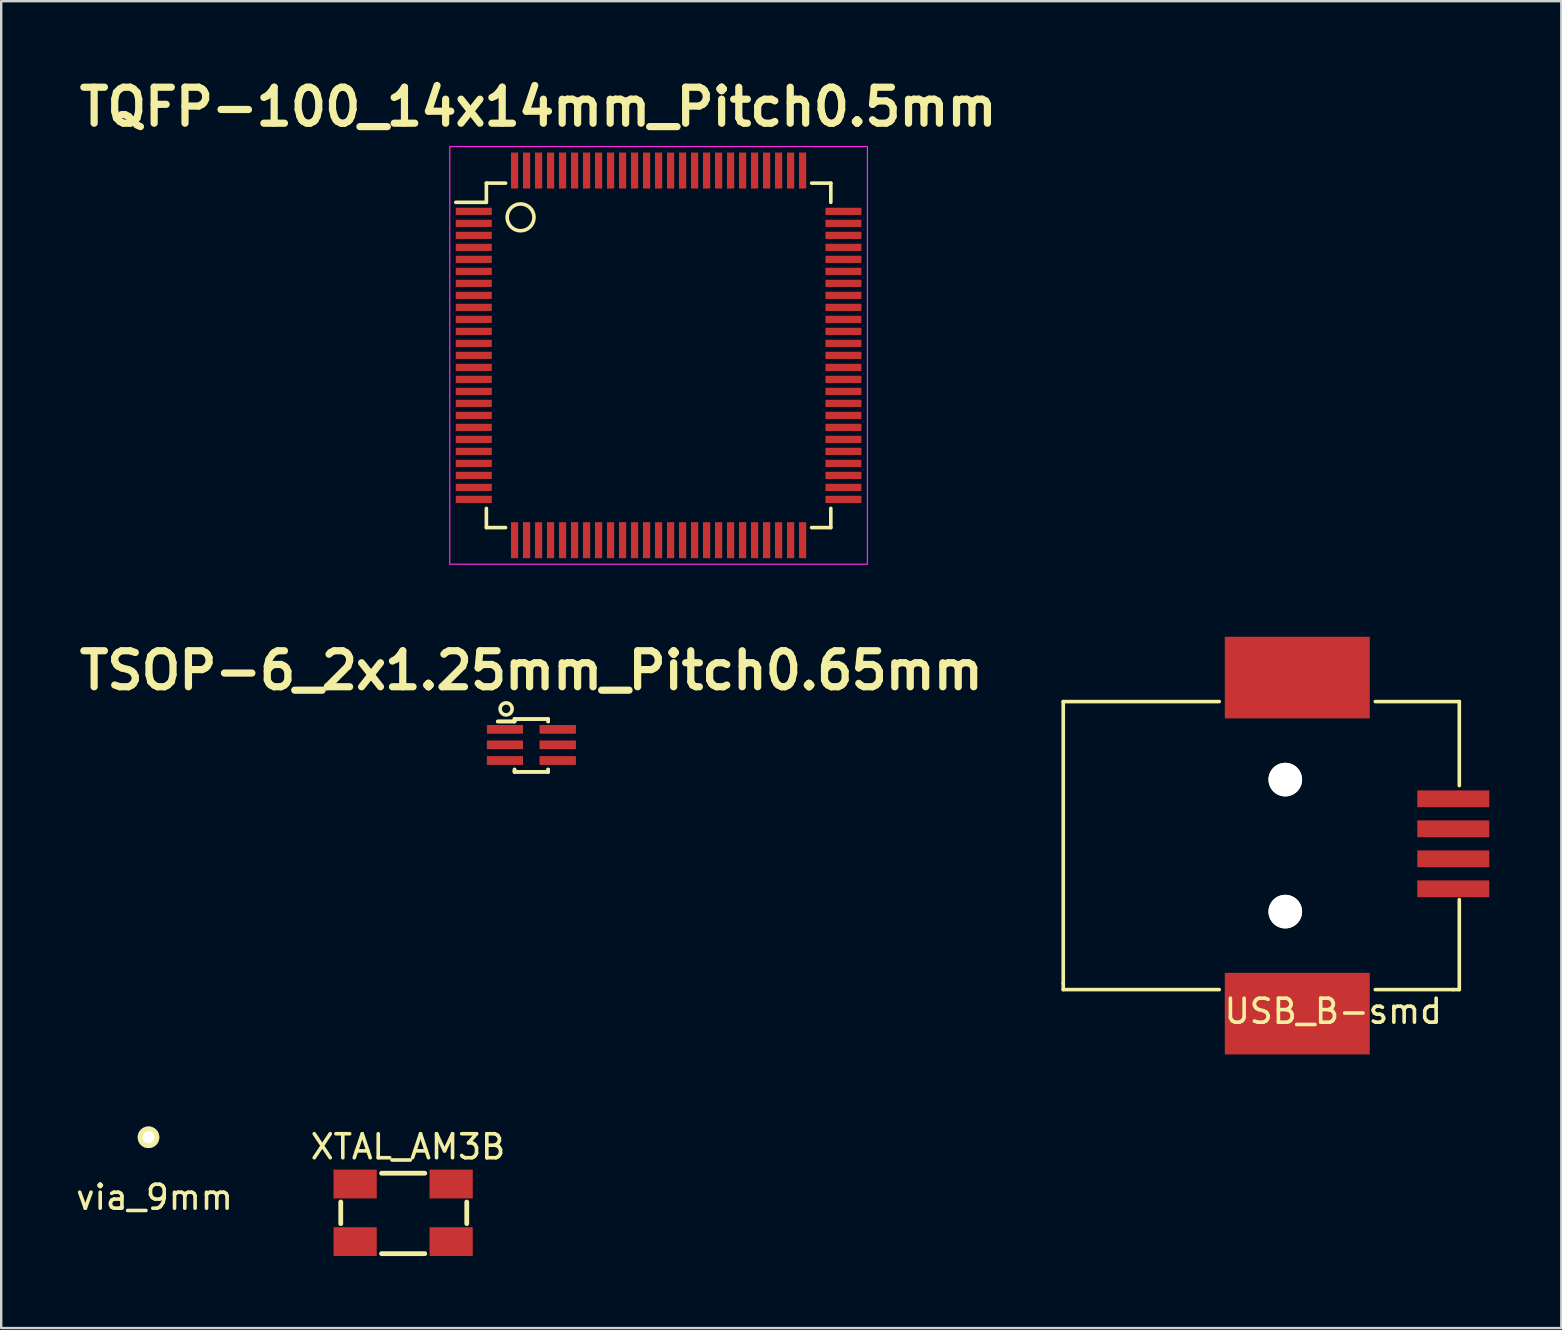
<source format=kicad_pcb>
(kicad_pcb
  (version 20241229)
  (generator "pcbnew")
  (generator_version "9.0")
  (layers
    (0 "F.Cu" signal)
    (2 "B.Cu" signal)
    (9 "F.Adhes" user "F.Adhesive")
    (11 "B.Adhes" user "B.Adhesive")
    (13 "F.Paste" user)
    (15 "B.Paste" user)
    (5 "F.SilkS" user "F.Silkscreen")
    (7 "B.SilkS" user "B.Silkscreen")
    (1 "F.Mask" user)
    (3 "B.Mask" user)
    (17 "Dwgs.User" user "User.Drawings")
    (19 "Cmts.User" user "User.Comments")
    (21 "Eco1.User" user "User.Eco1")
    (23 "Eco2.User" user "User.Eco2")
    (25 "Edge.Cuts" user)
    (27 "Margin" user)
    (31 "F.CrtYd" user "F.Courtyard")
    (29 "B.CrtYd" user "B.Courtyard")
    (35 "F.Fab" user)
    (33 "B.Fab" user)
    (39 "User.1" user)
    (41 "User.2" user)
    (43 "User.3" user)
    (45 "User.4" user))
  (footprint "XTAL_AM3B"
    (layer "F.Cu")
    (at 13.746 47.478)
    (property "Reference" "XTAL_AM3B" (at 0.2 -2.75 0) (layer "F.SilkS") (effects (font (size 1 1) (thickness 0.15))))
    (attr through_hole)
    (fp_line (start -2.6 0.45) (end -2.6 -0.45) (stroke (width 0.2) (type solid)) (layer "F.SilkS"))
    (fp_line (start -0.9 -1.65) (end 0.9 -1.65) (stroke (width 0.2) (type solid)) (layer "F.SilkS"))
    (fp_line (start -0.9 1.7) (end 0.9 1.7) (stroke (width 0.2) (type solid)) (layer "F.SilkS"))
    (fp_line (start 2.65 0.45) (end 2.65 -0.45) (stroke (width 0.2) (type solid)) (layer "F.SilkS"))
    (pad "1" smd rect (at 2 -1.2) (size 1.8 1.2) (layers "F.Cu" "F.Mask" "F.Paste"))
    (pad "2" smd rect (at -2 -1.2) (size 1.8 1.2) (layers "F.Cu" "F.Mask" "F.Paste"))
    (pad "3" smd rect (at -2 1.2) (size 1.8 1.2) (layers "F.Cu" "F.Mask" "F.Paste"))
    (pad "4" smd rect (at 2 1.2) (size 1.8 1.2) (layers "F.Cu" "F.Mask" "F.Paste")))
  (footprint "TSOP-6_2x1.25mm_Pitch0.65mm"
    (layer "F.Cu")
    (at 19.086 27.983)
    (property "Reference" "TSOP-6_2x1.25mm_Pitch0.65mm" (at 0 -3.1 0) (layer "F.SilkS") (effects (font (size 1.5 1.5) (thickness 0.3))))
    (attr smd)
    (fp_line (start -0.7 -1.075) (end -0.7 -0.975) (stroke (width 0.15) (type solid)) (layer "F.SilkS"))
    (fp_line (start -0.7 -1.075) (end -0.7 -0.975) (stroke (width 0.15) (type solid)) (layer "F.SilkS"))
    (fp_line (start -0.7 -1.075) (end 0.7 -1.075) (stroke (width 0.15) (type solid)) (layer "F.SilkS"))
    (fp_line (start -0.7 -1.075) (end 0.7 -1.075) (stroke (width 0.15) (type solid)) (layer "F.SilkS"))
    (fp_line (start -0.7 -0.975) (end -1.4 -0.975) (stroke (width 0.15) (type solid)) (layer "F.SilkS"))
    (fp_line (start -0.7 -0.975) (end -1.4 -0.975) (stroke (width 0.15) (type solid)) (layer "F.SilkS"))
    (fp_line (start -0.7 1.125) (end -0.7 1.025) (stroke (width 0.15) (type solid)) (layer "F.SilkS"))
    (fp_line (start -0.7 1.125) (end -0.7 1.025) (stroke (width 0.15) (type solid)) (layer "F.SilkS"))
    (fp_line (start -0.7 1.125) (end 0.7 1.125) (stroke (width 0.15) (type solid)) (layer "F.SilkS"))
    (fp_line (start -0.7 1.125) (end 0.7 1.125) (stroke (width 0.15) (type solid)) (layer "F.SilkS"))
    (fp_line (start 0.7 -1.075) (end 0.7 -0.975) (stroke (width 0.15) (type solid)) (layer "F.SilkS"))
    (fp_line (start 0.7 -1.075) (end 0.7 -0.975) (stroke (width 0.15) (type solid)) (layer "F.SilkS"))
    (fp_line (start 0.7 1.125) (end 0.7 1.025) (stroke (width 0.15) (type solid)) (layer "F.SilkS"))
    (fp_line (start 0.7 1.125) (end 0.7 1.025) (stroke (width 0.15) (type solid)) (layer "F.SilkS"))
    (fp_circle (center -1.05 -1.5) (end -1.05 -1.25) (stroke (width 0.15) (type solid)) (fill no) (layer "F.SilkS"))
    (pad "1" smd rect (at -1.1 -0.65) (size 1.5 0.35) (layers "F.Cu" "F.Mask" "F.Paste"))
    (pad "1" smd rect (at -1.1 -0.65) (size 1.5 0.35) (layers "F.Cu" "F.Mask" "F.Paste"))
    (pad "2" smd rect (at -1.1 0) (size 1.5 0.35) (layers "F.Cu" "F.Mask" "F.Paste"))
    (pad "2" smd rect (at -1.1 0) (size 1.5 0.35) (layers "F.Cu" "F.Mask" "F.Paste"))
    (pad "3" smd rect (at -1.1 0.65) (size 1.5 0.35) (layers "F.Cu" "F.Mask" "F.Paste"))
    (pad "3" smd rect (at -1.1 0.65) (size 1.5 0.35) (layers "F.Cu" "F.Mask" "F.Paste"))
    (pad "4" smd rect (at 1.1 0.65) (size 1.5 0.35) (layers "F.Cu" "F.Mask" "F.Paste"))
    (pad "4" smd rect (at 1.1 0.65) (size 1.5 0.35) (layers "F.Cu" "F.Mask" "F.Paste"))
    (pad "5" smd rect (at 1.1 0) (size 1.5 0.35) (layers "F.Cu" "F.Mask" "F.Paste"))
    (pad "5" smd rect (at 1.1 0) (size 1.5 0.35) (layers "F.Cu" "F.Mask" "F.Paste"))
    (pad "6" smd rect (at 1.1 -0.65) (size 1.5 0.35) (layers "F.Cu" "F.Mask" "F.Paste"))
    (pad "6" smd rect (at 1.1 -0.65) (size 1.5 0.35) (layers "F.Cu" "F.Mask" "F.Paste")))
  (footprint "USB_B-smd"
    (layer "F.Cu")
    (at 52.496 32.179)
    (property "Reference" "USB_B-smd" (at 0 6.901 0) (layer "F.SilkS") (effects (font (size 1 1) (thickness 0.15))))
    (attr smd)
    (fp_line (start -11.25 -6) (end -11.25 5.75) (stroke (width 0.15) (type solid)) (layer "F.SilkS"))
    (fp_line (start -11.25 5.75) (end -11.25 6) (stroke (width 0.15) (type solid)) (layer "F.SilkS"))
    (fp_line (start -11.25 6) (end -4.75 6) (stroke (width 0.15) (type solid)) (layer "F.SilkS"))
    (fp_line (start -4.75 -6) (end -11.25 -6) (stroke (width 0.15) (type solid)) (layer "F.SilkS"))
    (fp_line (start 1.75 6) (end 5 6) (stroke (width 0.15) (type solid)) (layer "F.SilkS"))
    (fp_line (start 5 6) (end 5.25 6) (stroke (width 0.15) (type solid)) (layer "F.SilkS"))
    (fp_line (start 5.25 -6) (end 1.75 -6) (stroke (width 0.15) (type solid)) (layer "F.SilkS"))
    (fp_line (start 5.25 -2.5) (end 5.25 -6) (stroke (width 0.15) (type solid)) (layer "F.SilkS"))
    (fp_line (start 5.25 6) (end 5.25 2.25) (stroke (width 0.15) (type solid)) (layer "F.SilkS"))
    (pad "" np_thru_hole circle (at -2 -2.75) (size 1.4 1.4) (drill 1.4) (layers "*.Cu" "*.Mask" "F.SilkS"))
    (pad "" np_thru_hole circle (at -2 2.75) (size 1.4 1.4) (drill 1.4) (layers "*.Cu" "*.Mask" "F.SilkS"))
    (pad "1" smd rect (at 5 1.8) (size 3 0.7) (layers "F.Cu" "F.Mask" "F.Paste"))
    (pad "2" smd rect (at 5 -0.7) (size 3 0.7) (layers "F.Cu" "F.Mask" "F.Paste"))
    (pad "3" smd rect (at 5 -1.95) (size 3 0.7) (layers "F.Cu" "F.Mask" "F.Paste"))
    (pad "4" smd rect (at 5 0.55) (size 3 0.7) (layers "F.Cu" "F.Mask" "F.Paste"))
    (pad "5" smd rect (at -1.5 -7) (size 6.04 3.4) (layers "F.Cu" "F.Mask" "F.Paste"))
    (pad "5" smd rect (at -1.5 7) (size 6.04 3.4) (layers "F.Cu" "F.Mask" "F.Paste")))
  (footprint "via_9mm"
    (layer "F.Cu")
    (at 3.137 44.33)
    (property "Reference" "via_9mm" (at 0.25 2.5 0) (layer "F.SilkS") (effects (font (size 1 1) (thickness 0.15))))
    (attr through_hole)
    (pad "1" thru_hole circle (at 0 0) (size 0.9 0.9) (drill 0.5) (layers "*.Cu" "*.Mask" "F.SilkS")))
  (footprint "TQFP-100_14x14mm_Pitch0.5mm"
    (layer "F.Cu")
    (at 24.388 11.755)
    (property "Reference" "TQFP-100_14x14mm_Pitch0.5mm" (at -5.016 -10.351 0) (layer "F.SilkS") (effects (font (size 1.5 1.5) (thickness 0.3))))
    (attr smd)
    (fp_line (start -7.175 -7.175) (end -7.175 -6.375) (stroke (width 0.15) (type solid)) (layer "F.SilkS"))
    (fp_line (start -7.175 -7.175) (end -6.375 -7.175) (stroke (width 0.15) (type solid)) (layer "F.SilkS"))
    (fp_line (start -7.175 -6.375) (end -8.45 -6.375) (stroke (width 0.15) (type solid)) (layer "F.SilkS"))
    (fp_line (start -7.175 7.175) (end -7.175 6.375) (stroke (width 0.15) (type solid)) (layer "F.SilkS"))
    (fp_line (start -7.175 7.175) (end -6.375 7.175) (stroke (width 0.15) (type solid)) (layer "F.SilkS"))
    (fp_line (start 7.175 -7.175) (end 6.375 -7.175) (stroke (width 0.15) (type solid)) (layer "F.SilkS"))
    (fp_line (start 7.175 -7.175) (end 7.175 -6.375) (stroke (width 0.15) (type solid)) (layer "F.SilkS"))
    (fp_line (start 7.175 7.175) (end 6.375 7.175) (stroke (width 0.15) (type solid)) (layer "F.SilkS"))
    (fp_line (start 7.175 7.175) (end 7.175 6.375) (stroke (width 0.15) (type solid)) (layer "F.SilkS"))
    (fp_circle (center -5.75 -5.75) (end -5.5 -5.25) (stroke (width 0.15) (type solid)) (fill no) (layer "F.SilkS"))
    (fp_line (start -8.7 -8.7) (end -8.7 8.7) (stroke (width 0.05) (type solid)) (layer "F.CrtYd"))
    (fp_line (start -8.7 -8.7) (end 8.7 -8.7) (stroke (width 0.05) (type solid)) (layer "F.CrtYd"))
    (fp_line (start -8.7 8.7) (end 8.7 8.7) (stroke (width 0.05) (type solid)) (layer "F.CrtYd"))
    (fp_line (start 8.7 -8.7) (end 8.7 8.7) (stroke (width 0.05) (type solid)) (layer "F.CrtYd"))
    (pad "1" smd rect (at -7.7 -6) (size 1.5 0.3) (layers "F.Cu" "F.Mask" "F.Paste"))
    (pad "2" smd rect (at -7.7 -5.5) (size 1.5 0.3) (layers "F.Cu" "F.Mask" "F.Paste"))
    (pad "3" smd rect (at -7.7 -5) (size 1.5 0.3) (layers "F.Cu" "F.Mask" "F.Paste"))
    (pad "4" smd rect (at -7.7 -4.5) (size 1.5 0.3) (layers "F.Cu" "F.Mask" "F.Paste"))
    (pad "5" smd rect (at -7.7 -4) (size 1.5 0.3) (layers "F.Cu" "F.Mask" "F.Paste"))
    (pad "6" smd rect (at -7.7 -3.5) (size 1.5 0.3) (layers "F.Cu" "F.Mask" "F.Paste"))
    (pad "7" smd rect (at -7.7 -3) (size 1.5 0.3) (layers "F.Cu" "F.Mask" "F.Paste"))
    (pad "8" smd rect (at -7.7 -2.5) (size 1.5 0.3) (layers "F.Cu" "F.Mask" "F.Paste"))
    (pad "9" smd rect (at -7.7 -2) (size 1.5 0.3) (layers "F.Cu" "F.Mask" "F.Paste"))
    (pad "10" smd rect (at -7.7 -1.5) (size 1.5 0.3) (layers "F.Cu" "F.Mask" "F.Paste"))
    (pad "11" smd rect (at -7.7 -1) (size 1.5 0.3) (layers "F.Cu" "F.Mask" "F.Paste"))
    (pad "12" smd rect (at -7.7 -0.5) (size 1.5 0.3) (layers "F.Cu" "F.Mask" "F.Paste"))
    (pad "13" smd rect (at -7.7 0) (size 1.5 0.3) (layers "F.Cu" "F.Mask" "F.Paste"))
    (pad "14" smd rect (at -7.7 0.5) (size 1.5 0.3) (layers "F.Cu" "F.Mask" "F.Paste"))
    (pad "15" smd rect (at -7.7 1) (size 1.5 0.3) (layers "F.Cu" "F.Mask" "F.Paste"))
    (pad "16" smd rect (at -7.7 1.5) (size 1.5 0.3) (layers "F.Cu" "F.Mask" "F.Paste"))
    (pad "17" smd rect (at -7.7 2) (size 1.5 0.3) (layers "F.Cu" "F.Mask" "F.Paste"))
    (pad "18" smd rect (at -7.7 2.5) (size 1.5 0.3) (layers "F.Cu" "F.Mask" "F.Paste"))
    (pad "19" smd rect (at -7.7 3) (size 1.5 0.3) (layers "F.Cu" "F.Mask" "F.Paste"))
    (pad "20" smd rect (at -7.7 3.5) (size 1.5 0.3) (layers "F.Cu" "F.Mask" "F.Paste"))
    (pad "21" smd rect (at -7.7 4) (size 1.5 0.3) (layers "F.Cu" "F.Mask" "F.Paste"))
    (pad "22" smd rect (at -7.7 4.5) (size 1.5 0.3) (layers "F.Cu" "F.Mask" "F.Paste"))
    (pad "23" smd rect (at -7.7 5) (size 1.5 0.3) (layers "F.Cu" "F.Mask" "F.Paste"))
    (pad "24" smd rect (at -7.7 5.5) (size 1.5 0.3) (layers "F.Cu" "F.Mask" "F.Paste"))
    (pad "25" smd rect (at -7.7 6) (size 1.5 0.3) (layers "F.Cu" "F.Mask" "F.Paste"))
    (pad "26" smd rect (at -6 7.7 90) (size 1.5 0.3) (layers "F.Cu" "F.Mask" "F.Paste"))
    (pad "27" smd rect (at -5.5 7.7 90) (size 1.5 0.3) (layers "F.Cu" "F.Mask" "F.Paste"))
    (pad "28" smd rect (at -5 7.7 90) (size 1.5 0.3) (layers "F.Cu" "F.Mask" "F.Paste"))
    (pad "29" smd rect (at -4.5 7.7 90) (size 1.5 0.3) (layers "F.Cu" "F.Mask" "F.Paste"))
    (pad "30" smd rect (at -4 7.7 90) (size 1.5 0.3) (layers "F.Cu" "F.Mask" "F.Paste"))
    (pad "31" smd rect (at -3.5 7.7 90) (size 1.5 0.3) (layers "F.Cu" "F.Mask" "F.Paste"))
    (pad "32" smd rect (at -3 7.7 90) (size 1.5 0.3) (layers "F.Cu" "F.Mask" "F.Paste"))
    (pad "33" smd rect (at -2.5 7.7 90) (size 1.5 0.3) (layers "F.Cu" "F.Mask" "F.Paste"))
    (pad "34" smd rect (at -2 7.7 90) (size 1.5 0.3) (layers "F.Cu" "F.Mask" "F.Paste"))
    (pad "35" smd rect (at -1.5 7.7 90) (size 1.5 0.3) (layers "F.Cu" "F.Mask" "F.Paste"))
    (pad "36" smd rect (at -1 7.7 90) (size 1.5 0.3) (layers "F.Cu" "F.Mask" "F.Paste"))
    (pad "37" smd rect (at -0.5 7.7 90) (size 1.5 0.3) (layers "F.Cu" "F.Mask" "F.Paste"))
    (pad "38" smd rect (at 0 7.7 90) (size 1.5 0.3) (layers "F.Cu" "F.Mask" "F.Paste"))
    (pad "39" smd rect (at 0.5 7.7 90) (size 1.5 0.3) (layers "F.Cu" "F.Mask" "F.Paste"))
    (pad "40" smd rect (at 1 7.7 90) (size 1.5 0.3) (layers "F.Cu" "F.Mask" "F.Paste"))
    (pad "41" smd rect (at 1.5 7.7 90) (size 1.5 0.3) (layers "F.Cu" "F.Mask" "F.Paste"))
    (pad "42" smd rect (at 2 7.7 90) (size 1.5 0.3) (layers "F.Cu" "F.Mask" "F.Paste"))
    (pad "43" smd rect (at 2.5 7.7 90) (size 1.5 0.3) (layers "F.Cu" "F.Mask" "F.Paste"))
    (pad "44" smd rect (at 3 7.7 90) (size 1.5 0.3) (layers "F.Cu" "F.Mask" "F.Paste"))
    (pad "45" smd rect (at 3.5 7.7 90) (size 1.5 0.3) (layers "F.Cu" "F.Mask" "F.Paste"))
    (pad "46" smd rect (at 4 7.7 90) (size 1.5 0.3) (layers "F.Cu" "F.Mask" "F.Paste"))
    (pad "47" smd rect (at 4.5 7.7 90) (size 1.5 0.3) (layers "F.Cu" "F.Mask" "F.Paste"))
    (pad "48" smd rect (at 5 7.7 90) (size 1.5 0.3) (layers "F.Cu" "F.Mask" "F.Paste"))
    (pad "49" smd rect (at 5.5 7.7 90) (size 1.5 0.3) (layers "F.Cu" "F.Mask" "F.Paste"))
    (pad "50" smd rect (at 6 7.7 90) (size 1.5 0.3) (layers "F.Cu" "F.Mask" "F.Paste"))
    (pad "51" smd rect (at 7.7 6) (size 1.5 0.3) (layers "F.Cu" "F.Mask" "F.Paste"))
    (pad "52" smd rect (at 7.7 5.5) (size 1.5 0.3) (layers "F.Cu" "F.Mask" "F.Paste"))
    (pad "53" smd rect (at 7.7 5) (size 1.5 0.3) (layers "F.Cu" "F.Mask" "F.Paste"))
    (pad "54" smd rect (at 7.7 4.5) (size 1.5 0.3) (layers "F.Cu" "F.Mask" "F.Paste"))
    (pad "55" smd rect (at 7.7 4) (size 1.5 0.3) (layers "F.Cu" "F.Mask" "F.Paste"))
    (pad "56" smd rect (at 7.7 3.5) (size 1.5 0.3) (layers "F.Cu" "F.Mask" "F.Paste"))
    (pad "57" smd rect (at 7.7 3) (size 1.5 0.3) (layers "F.Cu" "F.Mask" "F.Paste"))
    (pad "58" smd rect (at 7.7 2.5) (size 1.5 0.3) (layers "F.Cu" "F.Mask" "F.Paste"))
    (pad "59" smd rect (at 7.7 2) (size 1.5 0.3) (layers "F.Cu" "F.Mask" "F.Paste"))
    (pad "60" smd rect (at 7.7 1.5) (size 1.5 0.3) (layers "F.Cu" "F.Mask" "F.Paste"))
    (pad "61" smd rect (at 7.7 1) (size 1.5 0.3) (layers "F.Cu" "F.Mask" "F.Paste"))
    (pad "62" smd rect (at 7.7 0.5) (size 1.5 0.3) (layers "F.Cu" "F.Mask" "F.Paste"))
    (pad "63" smd rect (at 7.7 0) (size 1.5 0.3) (layers "F.Cu" "F.Mask" "F.Paste"))
    (pad "64" smd rect (at 7.7 -0.5) (size 1.5 0.3) (layers "F.Cu" "F.Mask" "F.Paste"))
    (pad "65" smd rect (at 7.7 -1) (size 1.5 0.3) (layers "F.Cu" "F.Mask" "F.Paste"))
    (pad "66" smd rect (at 7.7 -1.5) (size 1.5 0.3) (layers "F.Cu" "F.Mask" "F.Paste"))
    (pad "67" smd rect (at 7.7 -2) (size 1.5 0.3) (layers "F.Cu" "F.Mask" "F.Paste"))
    (pad "68" smd rect (at 7.7 -2.5) (size 1.5 0.3) (layers "F.Cu" "F.Mask" "F.Paste"))
    (pad "69" smd rect (at 7.7 -3) (size 1.5 0.3) (layers "F.Cu" "F.Mask" "F.Paste"))
    (pad "70" smd rect (at 7.7 -3.5) (size 1.5 0.3) (layers "F.Cu" "F.Mask" "F.Paste"))
    (pad "71" smd rect (at 7.7 -4) (size 1.5 0.3) (layers "F.Cu" "F.Mask" "F.Paste"))
    (pad "72" smd rect (at 7.7 -4.5) (size 1.5 0.3) (layers "F.Cu" "F.Mask" "F.Paste"))
    (pad "73" smd rect (at 7.7 -5) (size 1.5 0.3) (layers "F.Cu" "F.Mask" "F.Paste"))
    (pad "74" smd rect (at 7.7 -5.5) (size 1.5 0.3) (layers "F.Cu" "F.Mask" "F.Paste"))
    (pad "75" smd rect (at 7.7 -6) (size 1.5 0.3) (layers "F.Cu" "F.Mask" "F.Paste"))
    (pad "76" smd rect (at 6 -7.7 90) (size 1.5 0.3) (layers "F.Cu" "F.Mask" "F.Paste"))
    (pad "77" smd rect (at 5.5 -7.7 90) (size 1.5 0.3) (layers "F.Cu" "F.Mask" "F.Paste"))
    (pad "78" smd rect (at 5 -7.7 90) (size 1.5 0.3) (layers "F.Cu" "F.Mask" "F.Paste"))
    (pad "79" smd rect (at 4.5 -7.7 90) (size 1.5 0.3) (layers "F.Cu" "F.Mask" "F.Paste"))
    (pad "80" smd rect (at 4 -7.7 90) (size 1.5 0.3) (layers "F.Cu" "F.Mask" "F.Paste"))
    (pad "81" smd rect (at 3.5 -7.7 90) (size 1.5 0.3) (layers "F.Cu" "F.Mask" "F.Paste"))
    (pad "82" smd rect (at 3 -7.7 90) (size 1.5 0.3) (layers "F.Cu" "F.Mask" "F.Paste"))
    (pad "83" smd rect (at 2.5 -7.7 90) (size 1.5 0.3) (layers "F.Cu" "F.Mask" "F.Paste"))
    (pad "84" smd rect (at 2 -7.7 90) (size 1.5 0.3) (layers "F.Cu" "F.Mask" "F.Paste"))
    (pad "85" smd rect (at 1.5 -7.7 90) (size 1.5 0.3) (layers "F.Cu" "F.Mask" "F.Paste"))
    (pad "86" smd rect (at 1 -7.7 90) (size 1.5 0.3) (layers "F.Cu" "F.Mask" "F.Paste"))
    (pad "87" smd rect (at 0.5 -7.7 90) (size 1.5 0.3) (layers "F.Cu" "F.Mask" "F.Paste"))
    (pad "88" smd rect (at 0 -7.7 90) (size 1.5 0.3) (layers "F.Cu" "F.Mask" "F.Paste"))
    (pad "89" smd rect (at -0.5 -7.7 90) (size 1.5 0.3) (layers "F.Cu" "F.Mask" "F.Paste"))
    (pad "90" smd rect (at -1 -7.7 90) (size 1.5 0.3) (layers "F.Cu" "F.Mask" "F.Paste"))
    (pad "91" smd rect (at -1.5 -7.7 90) (size 1.5 0.3) (layers "F.Cu" "F.Mask" "F.Paste"))
    (pad "92" smd rect (at -2 -7.7 90) (size 1.5 0.3) (layers "F.Cu" "F.Mask" "F.Paste"))
    (pad "93" smd rect (at -2.5 -7.7 90) (size 1.5 0.3) (layers "F.Cu" "F.Mask" "F.Paste"))
    (pad "94" smd rect (at -3 -7.7 90) (size 1.5 0.3) (layers "F.Cu" "F.Mask" "F.Paste"))
    (pad "95" smd rect (at -3.5 -7.7 90) (size 1.5 0.3) (layers "F.Cu" "F.Mask" "F.Paste"))
    (pad "96" smd rect (at -4 -7.7 90) (size 1.5 0.3) (layers "F.Cu" "F.Mask" "F.Paste"))
    (pad "97" smd rect (at -4.5 -7.7 90) (size 1.5 0.3) (layers "F.Cu" "F.Mask" "F.Paste"))
    (pad "98" smd rect (at -5 -7.7 90) (size 1.5 0.3) (layers "F.Cu" "F.Mask" "F.Paste"))
    (pad "99" smd rect (at -5.5 -7.7 90) (size 1.5 0.3) (layers "F.Cu" "F.Mask" "F.Paste"))
    (pad "100" smd rect (at -6 -7.7 90) (size 1.5 0.3) (layers "F.Cu" "F.Mask" "F.Paste")))
  (gr_rect
    (start -3 -3)
    (end 61.996 52.278)
    (stroke (width 0.1) (type default))
    (fill no)
    (layer "Edge.Cuts")))
</source>
